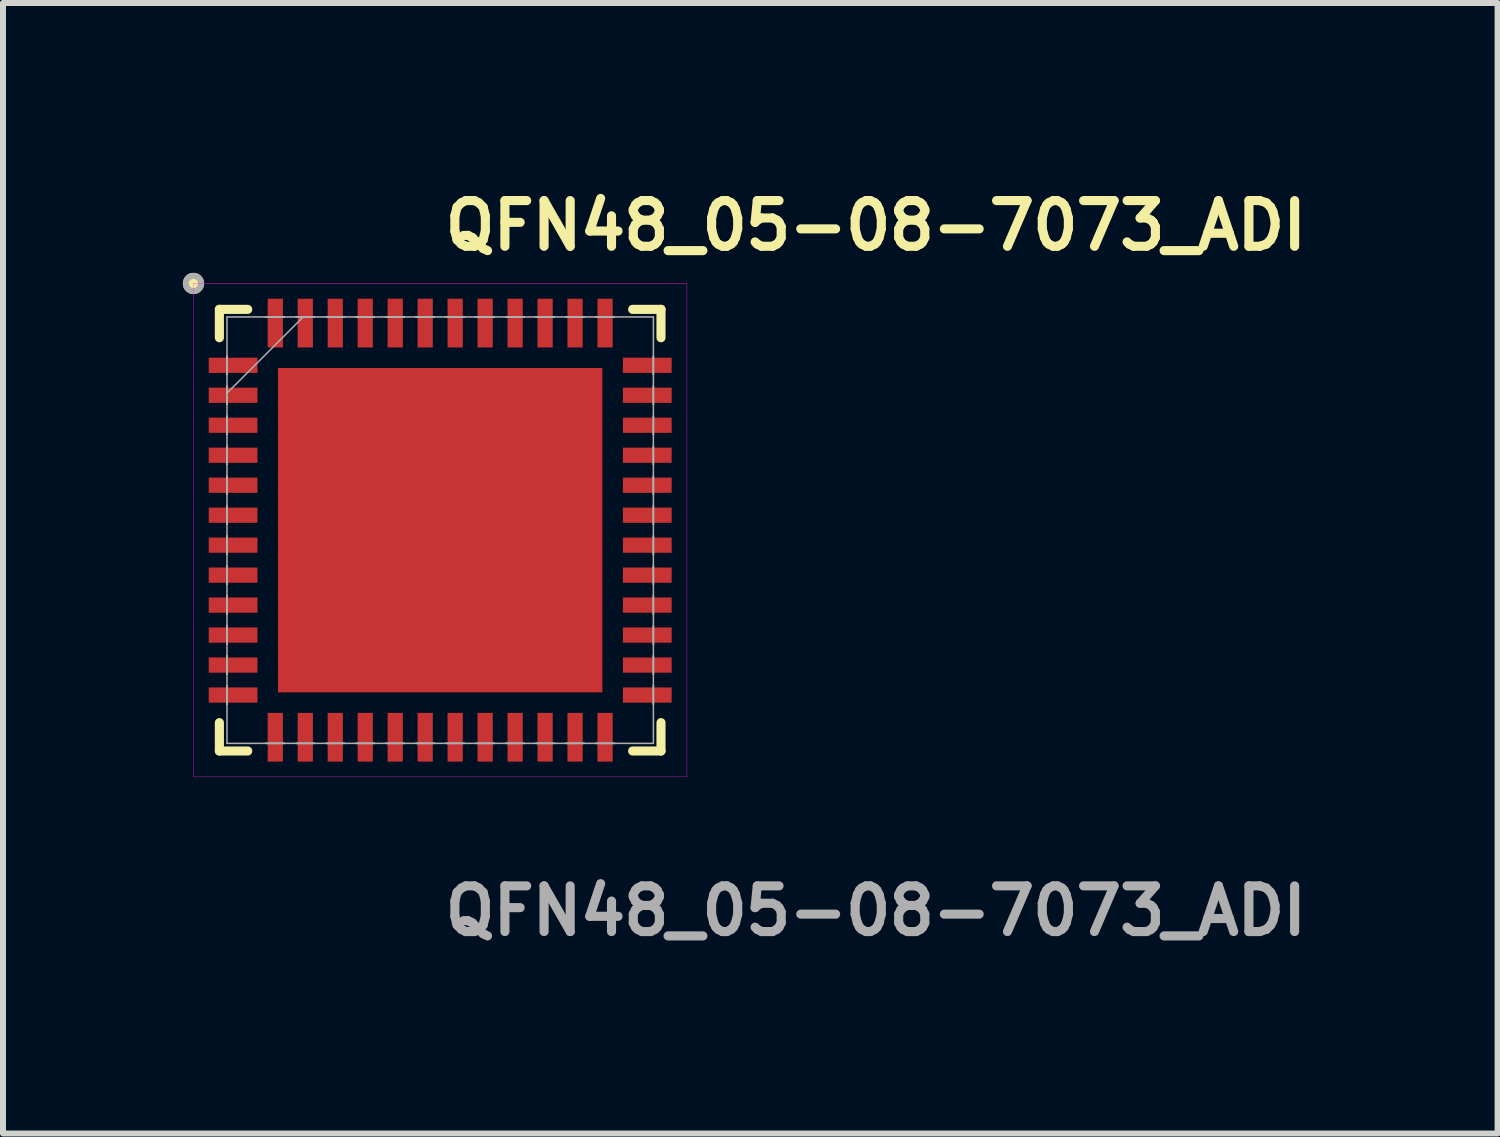
<source format=kicad_pcb>
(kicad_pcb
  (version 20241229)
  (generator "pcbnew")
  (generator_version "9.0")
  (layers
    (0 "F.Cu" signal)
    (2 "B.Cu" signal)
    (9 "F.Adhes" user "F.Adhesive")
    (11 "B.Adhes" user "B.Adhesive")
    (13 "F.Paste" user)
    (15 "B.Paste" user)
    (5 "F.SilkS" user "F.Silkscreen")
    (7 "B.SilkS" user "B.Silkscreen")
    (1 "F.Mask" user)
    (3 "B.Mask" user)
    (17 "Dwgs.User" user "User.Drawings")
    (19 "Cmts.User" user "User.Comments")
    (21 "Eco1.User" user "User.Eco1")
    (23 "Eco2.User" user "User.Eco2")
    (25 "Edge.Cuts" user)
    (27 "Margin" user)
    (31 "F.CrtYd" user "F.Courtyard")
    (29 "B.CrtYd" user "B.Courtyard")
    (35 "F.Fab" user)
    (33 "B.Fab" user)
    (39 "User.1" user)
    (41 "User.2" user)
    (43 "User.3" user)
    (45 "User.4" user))
  (footprint "QFN48_05-08-7073_ADI"
    (layer "F.Cu")
    (at 4.292 5.793)
    (property "Reference" "QFN48_05-08-7073_ADI" (at 0 -5.08 0) (unlocked yes) (layer "F.SilkS") (effects (font (size 0.762 0.762) (thickness 0.152) (bold yes)) (justify left)))
    (attr smd)
    (fp_line (start -3.683 -3.683) (end -3.683 -3.21) (stroke (width 0.152) (type solid)) (layer "F.SilkS"))
    (fp_line (start -3.683 3.21) (end -3.683 3.683) (stroke (width 0.152) (type solid)) (layer "F.SilkS"))
    (fp_line (start -3.683 3.683) (end -3.21 3.683) (stroke (width 0.152) (type solid)) (layer "F.SilkS"))
    (fp_line (start -3.21 -3.683) (end -3.683 -3.683) (stroke (width 0.152) (type solid)) (layer "F.SilkS"))
    (fp_line (start 3.21 3.683) (end 3.683 3.683) (stroke (width 0.152) (type solid)) (layer "F.SilkS"))
    (fp_line (start 3.683 -3.683) (end 3.21 -3.683) (stroke (width 0.152) (type solid)) (layer "F.SilkS"))
    (fp_line (start 3.683 -3.21) (end 3.683 -3.683) (stroke (width 0.152) (type solid)) (layer "F.SilkS"))
    (fp_line (start 3.683 3.683) (end 3.683 3.21) (stroke (width 0.152) (type solid)) (layer "F.SilkS"))
    (fp_circle (center -4.115 -4.115) (end -3.988 -4.115) (stroke (width 0.1) (type solid)) (fill yes) (layer "F.SilkS"))
    (fp_rect (start -4.115 -4.115) (end 4.115 4.115) (stroke (width 0.006) (type solid)) (fill no) (layer "F.CrtYd"))
    (fp_line (start -3.556 -3.556) (end -3.556 3.556) (stroke (width 0.025) (type solid)) (layer "F.Fab"))
    (fp_line (start -3.556 -2.902) (end -3.556 -2.902) (stroke (width 0.025) (type solid)) (layer "F.Fab"))
    (fp_line (start -3.556 -2.902) (end -3.556 -2.598) (stroke (width 0.025) (type solid)) (layer "F.Fab"))
    (fp_line (start -3.556 -2.598) (end -3.556 -2.902) (stroke (width 0.025) (type solid)) (layer "F.Fab"))
    (fp_line (start -3.556 -2.598) (end -3.556 -2.598) (stroke (width 0.025) (type solid)) (layer "F.Fab"))
    (fp_line (start -3.556 -2.402) (end -3.556 -2.402) (stroke (width 0.025) (type solid)) (layer "F.Fab"))
    (fp_line (start -3.556 -2.402) (end -3.556 -2.098) (stroke (width 0.025) (type solid)) (layer "F.Fab"))
    (fp_line (start -3.556 -2.286) (end -2.286 -3.556) (stroke (width 0.025) (type solid)) (layer "F.Fab"))
    (fp_line (start -3.556 -2.098) (end -3.556 -2.402) (stroke (width 0.025) (type solid)) (layer "F.Fab"))
    (fp_line (start -3.556 -2.098) (end -3.556 -2.098) (stroke (width 0.025) (type solid)) (layer "F.Fab"))
    (fp_line (start -3.556 -1.902) (end -3.556 -1.902) (stroke (width 0.025) (type solid)) (layer "F.Fab"))
    (fp_line (start -3.556 -1.902) (end -3.556 -1.598) (stroke (width 0.025) (type solid)) (layer "F.Fab"))
    (fp_line (start -3.556 -1.598) (end -3.556 -1.902) (stroke (width 0.025) (type solid)) (layer "F.Fab"))
    (fp_line (start -3.556 -1.598) (end -3.556 -1.598) (stroke (width 0.025) (type solid)) (layer "F.Fab"))
    (fp_line (start -3.556 -1.402) (end -3.556 -1.402) (stroke (width 0.025) (type solid)) (layer "F.Fab"))
    (fp_line (start -3.556 -1.402) (end -3.556 -1.098) (stroke (width 0.025) (type solid)) (layer "F.Fab"))
    (fp_line (start -3.556 -1.098) (end -3.556 -1.402) (stroke (width 0.025) (type solid)) (layer "F.Fab"))
    (fp_line (start -3.556 -1.098) (end -3.556 -1.098) (stroke (width 0.025) (type solid)) (layer "F.Fab"))
    (fp_line (start -3.556 -0.902) (end -3.556 -0.902) (stroke (width 0.025) (type solid)) (layer "F.Fab"))
    (fp_line (start -3.556 -0.902) (end -3.556 -0.598) (stroke (width 0.025) (type solid)) (layer "F.Fab"))
    (fp_line (start -3.556 -0.598) (end -3.556 -0.902) (stroke (width 0.025) (type solid)) (layer "F.Fab"))
    (fp_line (start -3.556 -0.598) (end -3.556 -0.598) (stroke (width 0.025) (type solid)) (layer "F.Fab"))
    (fp_line (start -3.556 -0.402) (end -3.556 -0.402) (stroke (width 0.025) (type solid)) (layer "F.Fab"))
    (fp_line (start -3.556 -0.402) (end -3.556 -0.098) (stroke (width 0.025) (type solid)) (layer "F.Fab"))
    (fp_line (start -3.556 -0.098) (end -3.556 -0.402) (stroke (width 0.025) (type solid)) (layer "F.Fab"))
    (fp_line (start -3.556 -0.098) (end -3.556 -0.098) (stroke (width 0.025) (type solid)) (layer "F.Fab"))
    (fp_line (start -3.556 0.098) (end -3.556 0.098) (stroke (width 0.025) (type solid)) (layer "F.Fab"))
    (fp_line (start -3.556 0.098) (end -3.556 0.402) (stroke (width 0.025) (type solid)) (layer "F.Fab"))
    (fp_line (start -3.556 0.402) (end -3.556 0.098) (stroke (width 0.025) (type solid)) (layer "F.Fab"))
    (fp_line (start -3.556 0.402) (end -3.556 0.402) (stroke (width 0.025) (type solid)) (layer "F.Fab"))
    (fp_line (start -3.556 0.598) (end -3.556 0.598) (stroke (width 0.025) (type solid)) (layer "F.Fab"))
    (fp_line (start -3.556 0.598) (end -3.556 0.902) (stroke (width 0.025) (type solid)) (layer "F.Fab"))
    (fp_line (start -3.556 0.902) (end -3.556 0.598) (stroke (width 0.025) (type solid)) (layer "F.Fab"))
    (fp_line (start -3.556 0.902) (end -3.556 0.902) (stroke (width 0.025) (type solid)) (layer "F.Fab"))
    (fp_line (start -3.556 1.098) (end -3.556 1.098) (stroke (width 0.025) (type solid)) (layer "F.Fab"))
    (fp_line (start -3.556 1.098) (end -3.556 1.402) (stroke (width 0.025) (type solid)) (layer "F.Fab"))
    (fp_line (start -3.556 1.402) (end -3.556 1.098) (stroke (width 0.025) (type solid)) (layer "F.Fab"))
    (fp_line (start -3.556 1.402) (end -3.556 1.402) (stroke (width 0.025) (type solid)) (layer "F.Fab"))
    (fp_line (start -3.556 1.598) (end -3.556 1.598) (stroke (width 0.025) (type solid)) (layer "F.Fab"))
    (fp_line (start -3.556 1.598) (end -3.556 1.902) (stroke (width 0.025) (type solid)) (layer "F.Fab"))
    (fp_line (start -3.556 1.902) (end -3.556 1.598) (stroke (width 0.025) (type solid)) (layer "F.Fab"))
    (fp_line (start -3.556 1.902) (end -3.556 1.902) (stroke (width 0.025) (type solid)) (layer "F.Fab"))
    (fp_line (start -3.556 2.098) (end -3.556 2.098) (stroke (width 0.025) (type solid)) (layer "F.Fab"))
    (fp_line (start -3.556 2.098) (end -3.556 2.402) (stroke (width 0.025) (type solid)) (layer "F.Fab"))
    (fp_line (start -3.556 2.402) (end -3.556 2.098) (stroke (width 0.025) (type solid)) (layer "F.Fab"))
    (fp_line (start -3.556 2.402) (end -3.556 2.402) (stroke (width 0.025) (type solid)) (layer "F.Fab"))
    (fp_line (start -3.556 2.598) (end -3.556 2.598) (stroke (width 0.025) (type solid)) (layer "F.Fab"))
    (fp_line (start -3.556 2.598) (end -3.556 2.902) (stroke (width 0.025) (type solid)) (layer "F.Fab"))
    (fp_line (start -3.556 2.902) (end -3.556 2.598) (stroke (width 0.025) (type solid)) (layer "F.Fab"))
    (fp_line (start -3.556 2.902) (end -3.556 2.902) (stroke (width 0.025) (type solid)) (layer "F.Fab"))
    (fp_line (start -3.556 3.556) (end 3.556 3.556) (stroke (width 0.025) (type solid)) (layer "F.Fab"))
    (fp_line (start -2.902 -3.556) (end -2.902 -3.556) (stroke (width 0.025) (type solid)) (layer "F.Fab"))
    (fp_line (start -2.902 -3.556) (end -2.598 -3.556) (stroke (width 0.025) (type solid)) (layer "F.Fab"))
    (fp_line (start -2.902 3.556) (end -2.902 3.556) (stroke (width 0.025) (type solid)) (layer "F.Fab"))
    (fp_line (start -2.902 3.556) (end -2.598 3.556) (stroke (width 0.025) (type solid)) (layer "F.Fab"))
    (fp_line (start -2.598 -3.556) (end -2.902 -3.556) (stroke (width 0.025) (type solid)) (layer "F.Fab"))
    (fp_line (start -2.598 -3.556) (end -2.598 -3.556) (stroke (width 0.025) (type solid)) (layer "F.Fab"))
    (fp_line (start -2.598 3.556) (end -2.902 3.556) (stroke (width 0.025) (type solid)) (layer "F.Fab"))
    (fp_line (start -2.598 3.556) (end -2.598 3.556) (stroke (width 0.025) (type solid)) (layer "F.Fab"))
    (fp_line (start -2.402 -3.556) (end -2.402 -3.556) (stroke (width 0.025) (type solid)) (layer "F.Fab"))
    (fp_line (start -2.402 -3.556) (end -2.098 -3.556) (stroke (width 0.025) (type solid)) (layer "F.Fab"))
    (fp_line (start -2.402 3.556) (end -2.402 3.556) (stroke (width 0.025) (type solid)) (layer "F.Fab"))
    (fp_line (start -2.402 3.556) (end -2.098 3.556) (stroke (width 0.025) (type solid)) (layer "F.Fab"))
    (fp_line (start -2.098 -3.556) (end -2.402 -3.556) (stroke (width 0.025) (type solid)) (layer "F.Fab"))
    (fp_line (start -2.098 -3.556) (end -2.098 -3.556) (stroke (width 0.025) (type solid)) (layer "F.Fab"))
    (fp_line (start -2.098 3.556) (end -2.402 3.556) (stroke (width 0.025) (type solid)) (layer "F.Fab"))
    (fp_line (start -2.098 3.556) (end -2.098 3.556) (stroke (width 0.025) (type solid)) (layer "F.Fab"))
    (fp_line (start -1.902 -3.556) (end -1.902 -3.556) (stroke (width 0.025) (type solid)) (layer "F.Fab"))
    (fp_line (start -1.902 -3.556) (end -1.598 -3.556) (stroke (width 0.025) (type solid)) (layer "F.Fab"))
    (fp_line (start -1.902 3.556) (end -1.902 3.556) (stroke (width 0.025) (type solid)) (layer "F.Fab"))
    (fp_line (start -1.902 3.556) (end -1.598 3.556) (stroke (width 0.025) (type solid)) (layer "F.Fab"))
    (fp_line (start -1.598 -3.556) (end -1.902 -3.556) (stroke (width 0.025) (type solid)) (layer "F.Fab"))
    (fp_line (start -1.598 -3.556) (end -1.598 -3.556) (stroke (width 0.025) (type solid)) (layer "F.Fab"))
    (fp_line (start -1.598 3.556) (end -1.902 3.556) (stroke (width 0.025) (type solid)) (layer "F.Fab"))
    (fp_line (start -1.598 3.556) (end -1.598 3.556) (stroke (width 0.025) (type solid)) (layer "F.Fab"))
    (fp_line (start -1.402 -3.556) (end -1.402 -3.556) (stroke (width 0.025) (type solid)) (layer "F.Fab"))
    (fp_line (start -1.402 -3.556) (end -1.098 -3.556) (stroke (width 0.025) (type solid)) (layer "F.Fab"))
    (fp_line (start -1.402 3.556) (end -1.402 3.556) (stroke (width 0.025) (type solid)) (layer "F.Fab"))
    (fp_line (start -1.402 3.556) (end -1.098 3.556) (stroke (width 0.025) (type solid)) (layer "F.Fab"))
    (fp_line (start -1.098 -3.556) (end -1.402 -3.556) (stroke (width 0.025) (type solid)) (layer "F.Fab"))
    (fp_line (start -1.098 -3.556) (end -1.098 -3.556) (stroke (width 0.025) (type solid)) (layer "F.Fab"))
    (fp_line (start -1.098 3.556) (end -1.402 3.556) (stroke (width 0.025) (type solid)) (layer "F.Fab"))
    (fp_line (start -1.098 3.556) (end -1.098 3.556) (stroke (width 0.025) (type solid)) (layer "F.Fab"))
    (fp_line (start -0.902 -3.556) (end -0.902 -3.556) (stroke (width 0.025) (type solid)) (layer "F.Fab"))
    (fp_line (start -0.902 -3.556) (end -0.598 -3.556) (stroke (width 0.025) (type solid)) (layer "F.Fab"))
    (fp_line (start -0.902 3.556) (end -0.902 3.556) (stroke (width 0.025) (type solid)) (layer "F.Fab"))
    (fp_line (start -0.902 3.556) (end -0.598 3.556) (stroke (width 0.025) (type solid)) (layer "F.Fab"))
    (fp_line (start -0.598 -3.556) (end -0.902 -3.556) (stroke (width 0.025) (type solid)) (layer "F.Fab"))
    (fp_line (start -0.598 -3.556) (end -0.598 -3.556) (stroke (width 0.025) (type solid)) (layer "F.Fab"))
    (fp_line (start -0.598 3.556) (end -0.902 3.556) (stroke (width 0.025) (type solid)) (layer "F.Fab"))
    (fp_line (start -0.598 3.556) (end -0.598 3.556) (stroke (width 0.025) (type solid)) (layer "F.Fab"))
    (fp_line (start -0.402 -3.556) (end -0.402 -3.556) (stroke (width 0.025) (type solid)) (layer "F.Fab"))
    (fp_line (start -0.402 -3.556) (end -0.098 -3.556) (stroke (width 0.025) (type solid)) (layer "F.Fab"))
    (fp_line (start -0.402 3.556) (end -0.402 3.556) (stroke (width 0.025) (type solid)) (layer "F.Fab"))
    (fp_line (start -0.402 3.556) (end -0.098 3.556) (stroke (width 0.025) (type solid)) (layer "F.Fab"))
    (fp_line (start -0.098 -3.556) (end -0.402 -3.556) (stroke (width 0.025) (type solid)) (layer "F.Fab"))
    (fp_line (start -0.098 -3.556) (end -0.098 -3.556) (stroke (width 0.025) (type solid)) (layer "F.Fab"))
    (fp_line (start -0.098 3.556) (end -0.402 3.556) (stroke (width 0.025) (type solid)) (layer "F.Fab"))
    (fp_line (start -0.098 3.556) (end -0.098 3.556) (stroke (width 0.025) (type solid)) (layer "F.Fab"))
    (fp_line (start 0.098 -3.556) (end 0.098 -3.556) (stroke (width 0.025) (type solid)) (layer "F.Fab"))
    (fp_line (start 0.098 -3.556) (end 0.402 -3.556) (stroke (width 0.025) (type solid)) (layer "F.Fab"))
    (fp_line (start 0.098 3.556) (end 0.098 3.556) (stroke (width 0.025) (type solid)) (layer "F.Fab"))
    (fp_line (start 0.098 3.556) (end 0.402 3.556) (stroke (width 0.025) (type solid)) (layer "F.Fab"))
    (fp_line (start 0.402 -3.556) (end 0.098 -3.556) (stroke (width 0.025) (type solid)) (layer "F.Fab"))
    (fp_line (start 0.402 -3.556) (end 0.402 -3.556) (stroke (width 0.025) (type solid)) (layer "F.Fab"))
    (fp_line (start 0.402 3.556) (end 0.098 3.556) (stroke (width 0.025) (type solid)) (layer "F.Fab"))
    (fp_line (start 0.402 3.556) (end 0.402 3.556) (stroke (width 0.025) (type solid)) (layer "F.Fab"))
    (fp_line (start 0.598 -3.556) (end 0.598 -3.556) (stroke (width 0.025) (type solid)) (layer "F.Fab"))
    (fp_line (start 0.598 -3.556) (end 0.902 -3.556) (stroke (width 0.025) (type solid)) (layer "F.Fab"))
    (fp_line (start 0.598 3.556) (end 0.598 3.556) (stroke (width 0.025) (type solid)) (layer "F.Fab"))
    (fp_line (start 0.598 3.556) (end 0.902 3.556) (stroke (width 0.025) (type solid)) (layer "F.Fab"))
    (fp_line (start 0.902 -3.556) (end 0.598 -3.556) (stroke (width 0.025) (type solid)) (layer "F.Fab"))
    (fp_line (start 0.902 -3.556) (end 0.902 -3.556) (stroke (width 0.025) (type solid)) (layer "F.Fab"))
    (fp_line (start 0.902 3.556) (end 0.598 3.556) (stroke (width 0.025) (type solid)) (layer "F.Fab"))
    (fp_line (start 0.902 3.556) (end 0.902 3.556) (stroke (width 0.025) (type solid)) (layer "F.Fab"))
    (fp_line (start 1.098 -3.556) (end 1.098 -3.556) (stroke (width 0.025) (type solid)) (layer "F.Fab"))
    (fp_line (start 1.098 -3.556) (end 1.402 -3.556) (stroke (width 0.025) (type solid)) (layer "F.Fab"))
    (fp_line (start 1.098 3.556) (end 1.098 3.556) (stroke (width 0.025) (type solid)) (layer "F.Fab"))
    (fp_line (start 1.098 3.556) (end 1.402 3.556) (stroke (width 0.025) (type solid)) (layer "F.Fab"))
    (fp_line (start 1.402 -3.556) (end 1.098 -3.556) (stroke (width 0.025) (type solid)) (layer "F.Fab"))
    (fp_line (start 1.402 -3.556) (end 1.402 -3.556) (stroke (width 0.025) (type solid)) (layer "F.Fab"))
    (fp_line (start 1.402 3.556) (end 1.098 3.556) (stroke (width 0.025) (type solid)) (layer "F.Fab"))
    (fp_line (start 1.402 3.556) (end 1.402 3.556) (stroke (width 0.025) (type solid)) (layer "F.Fab"))
    (fp_line (start 1.598 -3.556) (end 1.598 -3.556) (stroke (width 0.025) (type solid)) (layer "F.Fab"))
    (fp_line (start 1.598 -3.556) (end 1.902 -3.556) (stroke (width 0.025) (type solid)) (layer "F.Fab"))
    (fp_line (start 1.598 3.556) (end 1.598 3.556) (stroke (width 0.025) (type solid)) (layer "F.Fab"))
    (fp_line (start 1.598 3.556) (end 1.902 3.556) (stroke (width 0.025) (type solid)) (layer "F.Fab"))
    (fp_line (start 1.902 -3.556) (end 1.598 -3.556) (stroke (width 0.025) (type solid)) (layer "F.Fab"))
    (fp_line (start 1.902 -3.556) (end 1.902 -3.556) (stroke (width 0.025) (type solid)) (layer "F.Fab"))
    (fp_line (start 1.902 3.556) (end 1.598 3.556) (stroke (width 0.025) (type solid)) (layer "F.Fab"))
    (fp_line (start 1.902 3.556) (end 1.902 3.556) (stroke (width 0.025) (type solid)) (layer "F.Fab"))
    (fp_line (start 2.098 -3.556) (end 2.098 -3.556) (stroke (width 0.025) (type solid)) (layer "F.Fab"))
    (fp_line (start 2.098 -3.556) (end 2.402 -3.556) (stroke (width 0.025) (type solid)) (layer "F.Fab"))
    (fp_line (start 2.098 3.556) (end 2.098 3.556) (stroke (width 0.025) (type solid)) (layer "F.Fab"))
    (fp_line (start 2.098 3.556) (end 2.402 3.556) (stroke (width 0.025) (type solid)) (layer "F.Fab"))
    (fp_line (start 2.402 -3.556) (end 2.098 -3.556) (stroke (width 0.025) (type solid)) (layer "F.Fab"))
    (fp_line (start 2.402 -3.556) (end 2.402 -3.556) (stroke (width 0.025) (type solid)) (layer "F.Fab"))
    (fp_line (start 2.402 3.556) (end 2.098 3.556) (stroke (width 0.025) (type solid)) (layer "F.Fab"))
    (fp_line (start 2.402 3.556) (end 2.402 3.556) (stroke (width 0.025) (type solid)) (layer "F.Fab"))
    (fp_line (start 2.598 -3.556) (end 2.598 -3.556) (stroke (width 0.025) (type solid)) (layer "F.Fab"))
    (fp_line (start 2.598 -3.556) (end 2.902 -3.556) (stroke (width 0.025) (type solid)) (layer "F.Fab"))
    (fp_line (start 2.598 3.556) (end 2.598 3.556) (stroke (width 0.025) (type solid)) (layer "F.Fab"))
    (fp_line (start 2.598 3.556) (end 2.902 3.556) (stroke (width 0.025) (type solid)) (layer "F.Fab"))
    (fp_line (start 2.902 -3.556) (end 2.598 -3.556) (stroke (width 0.025) (type solid)) (layer "F.Fab"))
    (fp_line (start 2.902 -3.556) (end 2.902 -3.556) (stroke (width 0.025) (type solid)) (layer "F.Fab"))
    (fp_line (start 2.902 3.556) (end 2.598 3.556) (stroke (width 0.025) (type solid)) (layer "F.Fab"))
    (fp_line (start 2.902 3.556) (end 2.902 3.556) (stroke (width 0.025) (type solid)) (layer "F.Fab"))
    (fp_line (start 3.556 -3.556) (end -3.556 -3.556) (stroke (width 0.025) (type solid)) (layer "F.Fab"))
    (fp_line (start 3.556 -2.902) (end 3.556 -2.902) (stroke (width 0.025) (type solid)) (layer "F.Fab"))
    (fp_line (start 3.556 -2.902) (end 3.556 -2.598) (stroke (width 0.025) (type solid)) (layer "F.Fab"))
    (fp_line (start 3.556 -2.598) (end 3.556 -2.902) (stroke (width 0.025) (type solid)) (layer "F.Fab"))
    (fp_line (start 3.556 -2.598) (end 3.556 -2.598) (stroke (width 0.025) (type solid)) (layer "F.Fab"))
    (fp_line (start 3.556 -2.402) (end 3.556 -2.402) (stroke (width 0.025) (type solid)) (layer "F.Fab"))
    (fp_line (start 3.556 -2.402) (end 3.556 -2.098) (stroke (width 0.025) (type solid)) (layer "F.Fab"))
    (fp_line (start 3.556 -2.098) (end 3.556 -2.402) (stroke (width 0.025) (type solid)) (layer "F.Fab"))
    (fp_line (start 3.556 -2.098) (end 3.556 -2.098) (stroke (width 0.025) (type solid)) (layer "F.Fab"))
    (fp_line (start 3.556 -1.902) (end 3.556 -1.902) (stroke (width 0.025) (type solid)) (layer "F.Fab"))
    (fp_line (start 3.556 -1.902) (end 3.556 -1.598) (stroke (width 0.025) (type solid)) (layer "F.Fab"))
    (fp_line (start 3.556 -1.598) (end 3.556 -1.902) (stroke (width 0.025) (type solid)) (layer "F.Fab"))
    (fp_line (start 3.556 -1.598) (end 3.556 -1.598) (stroke (width 0.025) (type solid)) (layer "F.Fab"))
    (fp_line (start 3.556 -1.402) (end 3.556 -1.402) (stroke (width 0.025) (type solid)) (layer "F.Fab"))
    (fp_line (start 3.556 -1.402) (end 3.556 -1.098) (stroke (width 0.025) (type solid)) (layer "F.Fab"))
    (fp_line (start 3.556 -1.098) (end 3.556 -1.402) (stroke (width 0.025) (type solid)) (layer "F.Fab"))
    (fp_line (start 3.556 -1.098) (end 3.556 -1.098) (stroke (width 0.025) (type solid)) (layer "F.Fab"))
    (fp_line (start 3.556 -0.902) (end 3.556 -0.902) (stroke (width 0.025) (type solid)) (layer "F.Fab"))
    (fp_line (start 3.556 -0.902) (end 3.556 -0.598) (stroke (width 0.025) (type solid)) (layer "F.Fab"))
    (fp_line (start 3.556 -0.598) (end 3.556 -0.902) (stroke (width 0.025) (type solid)) (layer "F.Fab"))
    (fp_line (start 3.556 -0.598) (end 3.556 -0.598) (stroke (width 0.025) (type solid)) (layer "F.Fab"))
    (fp_line (start 3.556 -0.402) (end 3.556 -0.402) (stroke (width 0.025) (type solid)) (layer "F.Fab"))
    (fp_line (start 3.556 -0.402) (end 3.556 -0.098) (stroke (width 0.025) (type solid)) (layer "F.Fab"))
    (fp_line (start 3.556 -0.098) (end 3.556 -0.402) (stroke (width 0.025) (type solid)) (layer "F.Fab"))
    (fp_line (start 3.556 -0.098) (end 3.556 -0.098) (stroke (width 0.025) (type solid)) (layer "F.Fab"))
    (fp_line (start 3.556 0.098) (end 3.556 0.098) (stroke (width 0.025) (type solid)) (layer "F.Fab"))
    (fp_line (start 3.556 0.098) (end 3.556 0.402) (stroke (width 0.025) (type solid)) (layer "F.Fab"))
    (fp_line (start 3.556 0.402) (end 3.556 0.098) (stroke (width 0.025) (type solid)) (layer "F.Fab"))
    (fp_line (start 3.556 0.402) (end 3.556 0.402) (stroke (width 0.025) (type solid)) (layer "F.Fab"))
    (fp_line (start 3.556 0.598) (end 3.556 0.598) (stroke (width 0.025) (type solid)) (layer "F.Fab"))
    (fp_line (start 3.556 0.598) (end 3.556 0.902) (stroke (width 0.025) (type solid)) (layer "F.Fab"))
    (fp_line (start 3.556 0.902) (end 3.556 0.598) (stroke (width 0.025) (type solid)) (layer "F.Fab"))
    (fp_line (start 3.556 0.902) (end 3.556 0.902) (stroke (width 0.025) (type solid)) (layer "F.Fab"))
    (fp_line (start 3.556 1.098) (end 3.556 1.098) (stroke (width 0.025) (type solid)) (layer "F.Fab"))
    (fp_line (start 3.556 1.098) (end 3.556 1.402) (stroke (width 0.025) (type solid)) (layer "F.Fab"))
    (fp_line (start 3.556 1.402) (end 3.556 1.098) (stroke (width 0.025) (type solid)) (layer "F.Fab"))
    (fp_line (start 3.556 1.402) (end 3.556 1.402) (stroke (width 0.025) (type solid)) (layer "F.Fab"))
    (fp_line (start 3.556 1.598) (end 3.556 1.598) (stroke (width 0.025) (type solid)) (layer "F.Fab"))
    (fp_line (start 3.556 1.598) (end 3.556 1.902) (stroke (width 0.025) (type solid)) (layer "F.Fab"))
    (fp_line (start 3.556 1.902) (end 3.556 1.598) (stroke (width 0.025) (type solid)) (layer "F.Fab"))
    (fp_line (start 3.556 1.902) (end 3.556 1.902) (stroke (width 0.025) (type solid)) (layer "F.Fab"))
    (fp_line (start 3.556 2.098) (end 3.556 2.098) (stroke (width 0.025) (type solid)) (layer "F.Fab"))
    (fp_line (start 3.556 2.098) (end 3.556 2.402) (stroke (width 0.025) (type solid)) (layer "F.Fab"))
    (fp_line (start 3.556 2.402) (end 3.556 2.098) (stroke (width 0.025) (type solid)) (layer "F.Fab"))
    (fp_line (start 3.556 2.402) (end 3.556 2.402) (stroke (width 0.025) (type solid)) (layer "F.Fab"))
    (fp_line (start 3.556 2.598) (end 3.556 2.598) (stroke (width 0.025) (type solid)) (layer "F.Fab"))
    (fp_line (start 3.556 2.598) (end 3.556 2.902) (stroke (width 0.025) (type solid)) (layer "F.Fab"))
    (fp_line (start 3.556 2.902) (end 3.556 2.598) (stroke (width 0.025) (type solid)) (layer "F.Fab"))
    (fp_line (start 3.556 2.902) (end 3.556 2.902) (stroke (width 0.025) (type solid)) (layer "F.Fab"))
    (fp_line (start 3.556 3.556) (end 3.556 -3.556) (stroke (width 0.025) (type solid)) (layer "F.Fab"))
    (fp_circle (center -4.115 -4.115) (end -3.988 -4.115) (stroke (width 0.1) (type solid)) (fill no) (layer "F.Fab"))
    (fp_text user "${REFERENCE}" (at 0 6.35 0) (unlocked yes) (layer "F.Fab") (effects (font (size 0.762 0.762) (thickness 0.152) (bold yes)) (justify left)))
    (pad "1" smd rect (at -3.454 -2.75 90) (size 0.254 0.813) (layers "F.Cu" "F.Mask" "F.Paste"))
    (pad "2" smd rect (at -3.454 -2.25 90) (size 0.254 0.813) (layers "F.Cu" "F.Mask" "F.Paste"))
    (pad "3" smd rect (at -3.454 -1.75 90) (size 0.254 0.813) (layers "F.Cu" "F.Mask" "F.Paste"))
    (pad "4" smd rect (at -3.454 -1.25 90) (size 0.254 0.813) (layers "F.Cu" "F.Mask" "F.Paste"))
    (pad "5" smd rect (at -3.454 -0.75 90) (size 0.254 0.813) (layers "F.Cu" "F.Mask" "F.Paste"))
    (pad "6" smd rect (at -3.454 -0.25 90) (size 0.254 0.813) (layers "F.Cu" "F.Mask" "F.Paste"))
    (pad "7" smd rect (at -3.454 0.25 90) (size 0.254 0.813) (layers "F.Cu" "F.Mask" "F.Paste"))
    (pad "8" smd rect (at -3.454 0.75 90) (size 0.254 0.813) (layers "F.Cu" "F.Mask" "F.Paste"))
    (pad "9" smd rect (at -3.454 1.25 90) (size 0.254 0.813) (layers "F.Cu" "F.Mask" "F.Paste"))
    (pad "10" smd rect (at -3.454 1.75 90) (size 0.254 0.813) (layers "F.Cu" "F.Mask" "F.Paste"))
    (pad "11" smd rect (at -3.454 2.25 90) (size 0.254 0.813) (layers "F.Cu" "F.Mask" "F.Paste"))
    (pad "12" smd rect (at -3.454 2.75 90) (size 0.254 0.813) (layers "F.Cu" "F.Mask" "F.Paste"))
    (pad "13" smd rect (at -2.75 3.454) (size 0.254 0.813) (layers "F.Cu" "F.Mask" "F.Paste"))
    (pad "14" smd rect (at -2.25 3.454) (size 0.254 0.813) (layers "F.Cu" "F.Mask" "F.Paste"))
    (pad "15" smd rect (at -1.75 3.454) (size 0.254 0.813) (layers "F.Cu" "F.Mask" "F.Paste"))
    (pad "16" smd rect (at -1.25 3.454) (size 0.254 0.813) (layers "F.Cu" "F.Mask" "F.Paste"))
    (pad "17" smd rect (at -0.75 3.454) (size 0.254 0.813) (layers "F.Cu" "F.Mask" "F.Paste"))
    (pad "18" smd rect (at -0.25 3.454) (size 0.254 0.813) (layers "F.Cu" "F.Mask" "F.Paste"))
    (pad "19" smd rect (at 0.25 3.454) (size 0.254 0.813) (layers "F.Cu" "F.Mask" "F.Paste"))
    (pad "20" smd rect (at 0.75 3.454) (size 0.254 0.813) (layers "F.Cu" "F.Mask" "F.Paste"))
    (pad "21" smd rect (at 1.25 3.454) (size 0.254 0.813) (layers "F.Cu" "F.Mask" "F.Paste"))
    (pad "22" smd rect (at 1.75 3.454) (size 0.254 0.813) (layers "F.Cu" "F.Mask" "F.Paste"))
    (pad "23" smd rect (at 2.25 3.454) (size 0.254 0.813) (layers "F.Cu" "F.Mask" "F.Paste"))
    (pad "24" smd rect (at 2.75 3.454) (size 0.254 0.813) (layers "F.Cu" "F.Mask" "F.Paste"))
    (pad "25" smd rect (at 3.454 2.75 90) (size 0.254 0.813) (layers "F.Cu" "F.Mask" "F.Paste"))
    (pad "26" smd rect (at 3.454 2.25 90) (size 0.254 0.813) (layers "F.Cu" "F.Mask" "F.Paste"))
    (pad "27" smd rect (at 3.454 1.75 90) (size 0.254 0.813) (layers "F.Cu" "F.Mask" "F.Paste"))
    (pad "28" smd rect (at 3.454 1.25 90) (size 0.254 0.813) (layers "F.Cu" "F.Mask" "F.Paste"))
    (pad "29" smd rect (at 3.454 0.75 90) (size 0.254 0.813) (layers "F.Cu" "F.Mask" "F.Paste"))
    (pad "30" smd rect (at 3.454 0.25 90) (size 0.254 0.813) (layers "F.Cu" "F.Mask" "F.Paste"))
    (pad "31" smd rect (at 3.454 -0.25 90) (size 0.254 0.813) (layers "F.Cu" "F.Mask" "F.Paste"))
    (pad "32" smd rect (at 3.454 -0.75 90) (size 0.254 0.813) (layers "F.Cu" "F.Mask" "F.Paste"))
    (pad "33" smd rect (at 3.454 -1.25 90) (size 0.254 0.813) (layers "F.Cu" "F.Mask" "F.Paste"))
    (pad "34" smd rect (at 3.454 -1.75 90) (size 0.254 0.813) (layers "F.Cu" "F.Mask" "F.Paste"))
    (pad "35" smd rect (at 3.454 -2.25 90) (size 0.254 0.813) (layers "F.Cu" "F.Mask" "F.Paste"))
    (pad "36" smd rect (at 3.454 -2.75 90) (size 0.254 0.813) (layers "F.Cu" "F.Mask" "F.Paste"))
    (pad "37" smd rect (at 2.75 -3.454) (size 0.254 0.813) (layers "F.Cu" "F.Mask" "F.Paste"))
    (pad "38" smd rect (at 2.25 -3.454) (size 0.254 0.813) (layers "F.Cu" "F.Mask" "F.Paste"))
    (pad "39" smd rect (at 1.75 -3.454) (size 0.254 0.813) (layers "F.Cu" "F.Mask" "F.Paste"))
    (pad "40" smd rect (at 1.25 -3.454) (size 0.254 0.813) (layers "F.Cu" "F.Mask" "F.Paste"))
    (pad "41" smd rect (at 0.75 -3.454) (size 0.254 0.813) (layers "F.Cu" "F.Mask" "F.Paste"))
    (pad "42" smd rect (at 0.25 -3.454) (size 0.254 0.813) (layers "F.Cu" "F.Mask" "F.Paste"))
    (pad "43" smd rect (at -0.25 -3.454) (size 0.254 0.813) (layers "F.Cu" "F.Mask" "F.Paste"))
    (pad "44" smd rect (at -0.75 -3.454) (size 0.254 0.813) (layers "F.Cu" "F.Mask" "F.Paste"))
    (pad "45" smd rect (at -1.25 -3.454) (size 0.254 0.813) (layers "F.Cu" "F.Mask" "F.Paste"))
    (pad "46" smd rect (at -1.75 -3.454) (size 0.254 0.813) (layers "F.Cu" "F.Mask" "F.Paste"))
    (pad "47" smd rect (at -2.25 -3.454) (size 0.254 0.813) (layers "F.Cu" "F.Mask" "F.Paste"))
    (pad "48" smd rect (at -2.75 -3.454) (size 0.254 0.813) (layers "F.Cu" "F.Mask" "F.Paste"))
    (pad "49" smd rect (at 0 0) (size 5.41 5.41) (layers "F.Cu" "F.Mask" "F.Paste")))
  (gr_rect
    (start -3 -3)
    (end 21.929 15.856)
    (stroke (width 0.1) (type default))
    (fill no)
    (layer "Edge.Cuts")))
</source>
